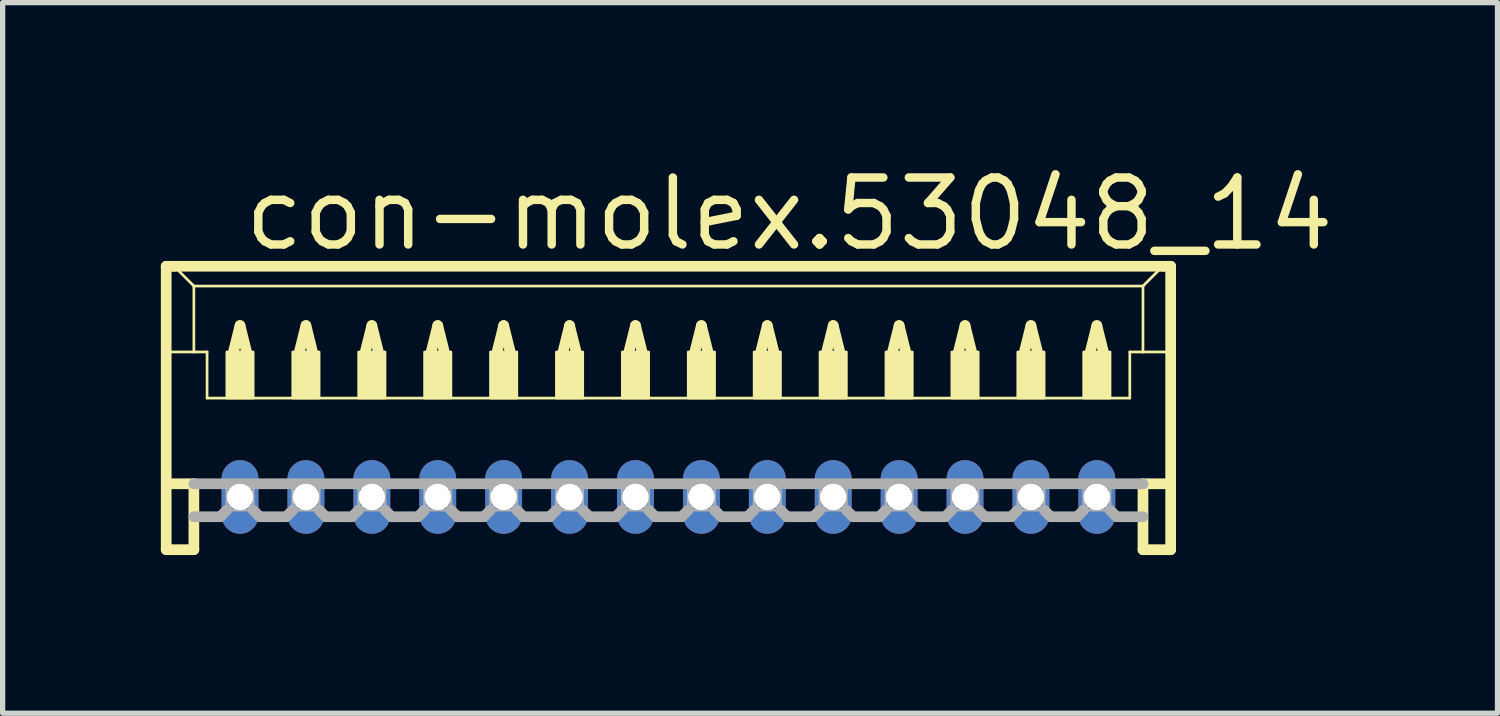
<source format=kicad_pcb>
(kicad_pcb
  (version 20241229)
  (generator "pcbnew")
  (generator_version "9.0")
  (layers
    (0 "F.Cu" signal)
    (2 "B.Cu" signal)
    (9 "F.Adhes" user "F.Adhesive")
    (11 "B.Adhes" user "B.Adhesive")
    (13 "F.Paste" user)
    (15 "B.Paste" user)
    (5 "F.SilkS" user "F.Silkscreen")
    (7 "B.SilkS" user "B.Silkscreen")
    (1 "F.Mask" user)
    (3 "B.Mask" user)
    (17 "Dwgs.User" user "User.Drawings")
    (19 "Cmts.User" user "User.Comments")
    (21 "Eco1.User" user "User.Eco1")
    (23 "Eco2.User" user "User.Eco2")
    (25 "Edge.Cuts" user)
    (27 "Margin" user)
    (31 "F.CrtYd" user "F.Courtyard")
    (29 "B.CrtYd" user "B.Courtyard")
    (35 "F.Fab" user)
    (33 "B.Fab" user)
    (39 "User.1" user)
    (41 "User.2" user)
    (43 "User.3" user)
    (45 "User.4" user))
  (footprint "con-molex.53048_14"
    (layer "F.Cu")
    (at 9.627 5.125)
    (property "Reference" "con-molex.53048_14" (at -8.125 -3.375 0) (layer "F.SilkS") (effects (font (size 1.27 1.27) (thickness 0.16)) (justify left bottom)))
    (attr through_hole)
    (fp_line (start -9.525 -3.125) (end -9.525 2.25) (stroke (width 0.203) (type default)) (layer "F.SilkS"))
    (fp_line (start -9.525 2.25) (end -9 2.25) (stroke (width 0.203) (type default)) (layer "F.SilkS"))
    (fp_line (start -9.5 -1.5) (end -9 -1.5) (stroke (width 0.051) (type default)) (layer "F.SilkS"))
    (fp_line (start -9.5 1) (end -9 1) (stroke (width 0.203) (type default)) (layer "F.SilkS"))
    (fp_line (start -9.375 -3.125) (end -9.525 -3.125) (stroke (width 0.203) (type default)) (layer "F.SilkS"))
    (fp_line (start -9 -2.75) (end -9.375 -3.125) (stroke (width 0.051) (type default)) (layer "F.SilkS"))
    (fp_line (start -9 -2.75) (end 9 -2.75) (stroke (width 0.051) (type default)) (layer "F.SilkS"))
    (fp_line (start -9 -1.5) (end -9 -2.75) (stroke (width 0.051) (type default)) (layer "F.SilkS"))
    (fp_line (start -9 -1.5) (end -8.75 -1.5) (stroke (width 0.051) (type default)) (layer "F.SilkS"))
    (fp_line (start -9 1) (end -9 2.25) (stroke (width 0.203) (type default)) (layer "F.SilkS"))
    (fp_line (start -8.75 -1.5) (end -8.75 -0.625) (stroke (width 0.051) (type default)) (layer "F.SilkS"))
    (fp_line (start -8.75 -0.625) (end 8.75 -0.625) (stroke (width 0.051) (type default)) (layer "F.SilkS"))
    (fp_line (start -8.25 -1.5) (end -8.125 -2) (stroke (width 0.203) (type default)) (layer "F.SilkS"))
    (fp_line (start -8.125 -2) (end -8 -1.5) (stroke (width 0.203) (type default)) (layer "F.SilkS"))
    (fp_line (start -7 -1.5) (end -6.875 -2) (stroke (width 0.203) (type default)) (layer "F.SilkS"))
    (fp_line (start -6.875 -2) (end -6.75 -1.5) (stroke (width 0.203) (type default)) (layer "F.SilkS"))
    (fp_line (start -5.75 -1.5) (end -5.625 -2) (stroke (width 0.203) (type default)) (layer "F.SilkS"))
    (fp_line (start -5.625 -2) (end -5.5 -1.5) (stroke (width 0.203) (type default)) (layer "F.SilkS"))
    (fp_line (start -4.5 -1.5) (end -4.375 -2) (stroke (width 0.203) (type default)) (layer "F.SilkS"))
    (fp_line (start -4.375 -2) (end -4.25 -1.5) (stroke (width 0.203) (type default)) (layer "F.SilkS"))
    (fp_line (start -3.25 -1.5) (end -3.125 -2) (stroke (width 0.203) (type default)) (layer "F.SilkS"))
    (fp_line (start -3.125 -2) (end -3 -1.5) (stroke (width 0.203) (type default)) (layer "F.SilkS"))
    (fp_line (start -2 -1.5) (end -1.875 -2) (stroke (width 0.203) (type default)) (layer "F.SilkS"))
    (fp_line (start -1.875 -2) (end -1.75 -1.5) (stroke (width 0.203) (type default)) (layer "F.SilkS"))
    (fp_line (start -0.75 -1.5) (end -0.625 -2) (stroke (width 0.203) (type default)) (layer "F.SilkS"))
    (fp_line (start -0.625 -2) (end -0.5 -1.5) (stroke (width 0.203) (type default)) (layer "F.SilkS"))
    (fp_line (start 0.5 -1.5) (end 0.625 -2) (stroke (width 0.203) (type default)) (layer "F.SilkS"))
    (fp_line (start 0.625 -2) (end 0.75 -1.5) (stroke (width 0.203) (type default)) (layer "F.SilkS"))
    (fp_line (start 1.75 -1.5) (end 1.875 -2) (stroke (width 0.203) (type default)) (layer "F.SilkS"))
    (fp_line (start 1.875 -2) (end 2 -1.5) (stroke (width 0.203) (type default)) (layer "F.SilkS"))
    (fp_line (start 3 -1.5) (end 3.125 -2) (stroke (width 0.203) (type default)) (layer "F.SilkS"))
    (fp_line (start 3.125 -2) (end 3.25 -1.5) (stroke (width 0.203) (type default)) (layer "F.SilkS"))
    (fp_line (start 4.25 -1.5) (end 4.375 -2) (stroke (width 0.203) (type default)) (layer "F.SilkS"))
    (fp_line (start 4.375 -2) (end 4.5 -1.5) (stroke (width 0.203) (type default)) (layer "F.SilkS"))
    (fp_line (start 5.5 -1.5) (end 5.625 -2) (stroke (width 0.203) (type default)) (layer "F.SilkS"))
    (fp_line (start 5.625 -2) (end 5.75 -1.5) (stroke (width 0.203) (type default)) (layer "F.SilkS"))
    (fp_line (start 6.75 -1.5) (end 6.875 -2) (stroke (width 0.203) (type default)) (layer "F.SilkS"))
    (fp_line (start 6.875 -2) (end 7 -1.5) (stroke (width 0.203) (type default)) (layer "F.SilkS"))
    (fp_line (start 8 -1.5) (end 8.125 -2) (stroke (width 0.203) (type default)) (layer "F.SilkS"))
    (fp_line (start 8.125 -2) (end 8.25 -1.5) (stroke (width 0.203) (type default)) (layer "F.SilkS"))
    (fp_line (start 8.75 -1.5) (end 8.75 -0.625) (stroke (width 0.051) (type default)) (layer "F.SilkS"))
    (fp_line (start 8.75 -1.5) (end 9 -1.5) (stroke (width 0.051) (type default)) (layer "F.SilkS"))
    (fp_line (start 9 -2.75) (end 9 -1.5) (stroke (width 0.051) (type default)) (layer "F.SilkS"))
    (fp_line (start 9 -2.75) (end 9.375 -3.125) (stroke (width 0.051) (type default)) (layer "F.SilkS"))
    (fp_line (start 9 -1.5) (end 9.5 -1.5) (stroke (width 0.051) (type default)) (layer "F.SilkS"))
    (fp_line (start 9 1) (end 9 2.25) (stroke (width 0.203) (type default)) (layer "F.SilkS"))
    (fp_line (start 9 1) (end 9.5 1) (stroke (width 0.203) (type default)) (layer "F.SilkS"))
    (fp_line (start 9 2.25) (end 9.525 2.25) (stroke (width 0.203) (type default)) (layer "F.SilkS"))
    (fp_line (start 9.375 -3.125) (end -9.375 -3.125) (stroke (width 0.203) (type default)) (layer "F.SilkS"))
    (fp_line (start 9.525 -3.125) (end 9.375 -3.125) (stroke (width 0.203) (type default)) (layer "F.SilkS"))
    (fp_line (start 9.525 2.25) (end 9.525 -3.125) (stroke (width 0.203) (type default)) (layer "F.SilkS"))
    (fp_rect (start -8.375 -0.625) (end -7.875 -1.5) (stroke (width 0.05) (type default)) (fill yes) (layer "F.SilkS"))
    (fp_rect (start -7.125 -0.625) (end -6.625 -1.5) (stroke (width 0.05) (type default)) (fill yes) (layer "F.SilkS"))
    (fp_rect (start -5.875 -0.625) (end -5.375 -1.5) (stroke (width 0.05) (type default)) (fill yes) (layer "F.SilkS"))
    (fp_rect (start -4.625 -0.625) (end -4.125 -1.5) (stroke (width 0.05) (type default)) (fill yes) (layer "F.SilkS"))
    (fp_rect (start -3.375 -0.625) (end -2.875 -1.5) (stroke (width 0.05) (type default)) (fill yes) (layer "F.SilkS"))
    (fp_rect (start -2.125 -0.625) (end -1.625 -1.5) (stroke (width 0.05) (type default)) (fill yes) (layer "F.SilkS"))
    (fp_rect (start -0.875 -0.625) (end -0.375 -1.5) (stroke (width 0.05) (type default)) (fill yes) (layer "F.SilkS"))
    (fp_rect (start 0.375 -0.625) (end 0.875 -1.5) (stroke (width 0.05) (type default)) (fill yes) (layer "F.SilkS"))
    (fp_rect (start 1.625 -0.625) (end 2.125 -1.5) (stroke (width 0.05) (type default)) (fill yes) (layer "F.SilkS"))
    (fp_rect (start 2.875 -0.625) (end 3.375 -1.5) (stroke (width 0.05) (type default)) (fill yes) (layer "F.SilkS"))
    (fp_rect (start 4.125 -0.625) (end 4.625 -1.5) (stroke (width 0.05) (type default)) (fill yes) (layer "F.SilkS"))
    (fp_rect (start 5.375 -0.625) (end 5.875 -1.5) (stroke (width 0.05) (type default)) (fill yes) (layer "F.SilkS"))
    (fp_rect (start 6.625 -0.625) (end 7.125 -1.5) (stroke (width 0.05) (type default)) (fill yes) (layer "F.SilkS"))
    (fp_rect (start 7.875 -0.625) (end 8.375 -1.5) (stroke (width 0.05) (type default)) (fill yes) (layer "F.SilkS"))
    (fp_line (start -9 1) (end 9 1) (stroke (width 0.203) (type default)) (layer "F.Fab"))
    (fp_line (start -8.5 1.625) (end -9 1.625) (stroke (width 0.203) (type default)) (layer "F.Fab"))
    (fp_line (start -8.375 1.5) (end -8.5 1.625) (stroke (width 0.203) (type default)) (layer "F.Fab"))
    (fp_line (start -7.875 1.5) (end -7.75 1.625) (stroke (width 0.203) (type default)) (layer "F.Fab"))
    (fp_line (start -7.25 1.625) (end -7.75 1.625) (stroke (width 0.203) (type default)) (layer "F.Fab"))
    (fp_line (start -7.125 1.5) (end -7.25 1.625) (stroke (width 0.203) (type default)) (layer "F.Fab"))
    (fp_line (start -6.625 1.5) (end -6.5 1.625) (stroke (width 0.203) (type default)) (layer "F.Fab"))
    (fp_line (start -6 1.625) (end -6.5 1.625) (stroke (width 0.203) (type default)) (layer "F.Fab"))
    (fp_line (start -5.875 1.5) (end -6 1.625) (stroke (width 0.203) (type default)) (layer "F.Fab"))
    (fp_line (start -5.375 1.5) (end -5.25 1.625) (stroke (width 0.203) (type default)) (layer "F.Fab"))
    (fp_line (start -4.75 1.625) (end -5.25 1.625) (stroke (width 0.203) (type default)) (layer "F.Fab"))
    (fp_line (start -4.625 1.5) (end -4.75 1.625) (stroke (width 0.203) (type default)) (layer "F.Fab"))
    (fp_line (start -4.125 1.5) (end -4 1.625) (stroke (width 0.203) (type default)) (layer "F.Fab"))
    (fp_line (start -3.5 1.625) (end -4 1.625) (stroke (width 0.203) (type default)) (layer "F.Fab"))
    (fp_line (start -3.375 1.5) (end -3.5 1.625) (stroke (width 0.203) (type default)) (layer "F.Fab"))
    (fp_line (start -2.875 1.5) (end -2.75 1.625) (stroke (width 0.203) (type default)) (layer "F.Fab"))
    (fp_line (start -2.25 1.625) (end -2.75 1.625) (stroke (width 0.203) (type default)) (layer "F.Fab"))
    (fp_line (start -2.125 1.5) (end -2.25 1.625) (stroke (width 0.203) (type default)) (layer "F.Fab"))
    (fp_line (start -1.625 1.5) (end -1.5 1.625) (stroke (width 0.203) (type default)) (layer "F.Fab"))
    (fp_line (start -1 1.625) (end -1.5 1.625) (stroke (width 0.203) (type default)) (layer "F.Fab"))
    (fp_line (start -0.875 1.5) (end -1 1.625) (stroke (width 0.203) (type default)) (layer "F.Fab"))
    (fp_line (start -0.375 1.5) (end -0.25 1.625) (stroke (width 0.203) (type default)) (layer "F.Fab"))
    (fp_line (start 0.25 1.625) (end -0.25 1.625) (stroke (width 0.203) (type default)) (layer "F.Fab"))
    (fp_line (start 0.375 1.5) (end 0.25 1.625) (stroke (width 0.203) (type default)) (layer "F.Fab"))
    (fp_line (start 0.875 1.5) (end 1 1.625) (stroke (width 0.203) (type default)) (layer "F.Fab"))
    (fp_line (start 1.5 1.625) (end 1 1.625) (stroke (width 0.203) (type default)) (layer "F.Fab"))
    (fp_line (start 1.625 1.5) (end 1.5 1.625) (stroke (width 0.203) (type default)) (layer "F.Fab"))
    (fp_line (start 2.125 1.5) (end 2.25 1.625) (stroke (width 0.203) (type default)) (layer "F.Fab"))
    (fp_line (start 2.75 1.625) (end 2.25 1.625) (stroke (width 0.203) (type default)) (layer "F.Fab"))
    (fp_line (start 2.875 1.5) (end 2.75 1.625) (stroke (width 0.203) (type default)) (layer "F.Fab"))
    (fp_line (start 3.375 1.5) (end 3.5 1.625) (stroke (width 0.203) (type default)) (layer "F.Fab"))
    (fp_line (start 4 1.625) (end 3.5 1.625) (stroke (width 0.203) (type default)) (layer "F.Fab"))
    (fp_line (start 4.125 1.5) (end 4 1.625) (stroke (width 0.203) (type default)) (layer "F.Fab"))
    (fp_line (start 4.625 1.5) (end 4.75 1.625) (stroke (width 0.203) (type default)) (layer "F.Fab"))
    (fp_line (start 5.25 1.625) (end 4.75 1.625) (stroke (width 0.203) (type default)) (layer "F.Fab"))
    (fp_line (start 5.375 1.5) (end 5.25 1.625) (stroke (width 0.203) (type default)) (layer "F.Fab"))
    (fp_line (start 5.875 1.5) (end 6 1.625) (stroke (width 0.203) (type default)) (layer "F.Fab"))
    (fp_line (start 6.5 1.625) (end 6 1.625) (stroke (width 0.203) (type default)) (layer "F.Fab"))
    (fp_line (start 6.625 1.5) (end 6.5 1.625) (stroke (width 0.203) (type default)) (layer "F.Fab"))
    (fp_line (start 7.125 1.5) (end 7.25 1.625) (stroke (width 0.203) (type default)) (layer "F.Fab"))
    (fp_line (start 7.75 1.625) (end 7.25 1.625) (stroke (width 0.203) (type default)) (layer "F.Fab"))
    (fp_line (start 7.875 1.5) (end 7.75 1.625) (stroke (width 0.203) (type default)) (layer "F.Fab"))
    (fp_line (start 8.375 1.5) (end 8.5 1.625) (stroke (width 0.203) (type default)) (layer "F.Fab"))
    (fp_line (start 9 1.625) (end 8.5 1.625) (stroke (width 0.203) (type default)) (layer "F.Fab"))
    (fp_rect (start -8.375 1.5) (end -7.875 1) (stroke (width 0.05) (type default)) (fill no) (layer "F.Fab"))
    (fp_rect (start -7.125 1.5) (end -6.625 1) (stroke (width 0.05) (type default)) (fill no) (layer "F.Fab"))
    (fp_rect (start -5.875 1.5) (end -5.375 1) (stroke (width 0.05) (type default)) (fill no) (layer "F.Fab"))
    (fp_rect (start -4.625 1.5) (end -4.125 1) (stroke (width 0.05) (type default)) (fill no) (layer "F.Fab"))
    (fp_rect (start -3.375 1.5) (end -2.875 1) (stroke (width 0.05) (type default)) (fill no) (layer "F.Fab"))
    (fp_rect (start -2.125 1.5) (end -1.625 1) (stroke (width 0.05) (type default)) (fill no) (layer "F.Fab"))
    (fp_rect (start -0.875 1.5) (end -0.375 1) (stroke (width 0.05) (type default)) (fill no) (layer "F.Fab"))
    (fp_rect (start 0.375 1.5) (end 0.875 1) (stroke (width 0.05) (type default)) (fill no) (layer "F.Fab"))
    (fp_rect (start 1.625 1.5) (end 2.125 1) (stroke (width 0.05) (type default)) (fill no) (layer "F.Fab"))
    (fp_rect (start 2.875 1.5) (end 3.375 1) (stroke (width 0.05) (type default)) (fill no) (layer "F.Fab"))
    (fp_rect (start 4.125 1.5) (end 4.625 1) (stroke (width 0.05) (type default)) (fill no) (layer "F.Fab"))
    (fp_rect (start 5.375 1.5) (end 5.875 1) (stroke (width 0.05) (type default)) (fill no) (layer "F.Fab"))
    (fp_rect (start 6.625 1.5) (end 7.125 1) (stroke (width 0.05) (type default)) (fill no) (layer "F.Fab"))
    (fp_rect (start 7.875 1.5) (end 8.375 1) (stroke (width 0.05) (type default)) (fill no) (layer "F.Fab"))
    (pad "1" thru_hole oval (at 8.125 1.25 90) (size 1.397 0.698) (drill 0.5) (layers "*.Cu" "*.Mask"))
    (pad "2" thru_hole oval (at 6.875 1.25 90) (size 1.397 0.698) (drill 0.5) (layers "*.Cu" "*.Mask"))
    (pad "3" thru_hole oval (at 5.625 1.25 90) (size 1.397 0.698) (drill 0.5) (layers "*.Cu" "*.Mask"))
    (pad "4" thru_hole oval (at 4.375 1.25 90) (size 1.397 0.698) (drill 0.5) (layers "*.Cu" "*.Mask"))
    (pad "5" thru_hole oval (at 3.125 1.25 90) (size 1.397 0.698) (drill 0.5) (layers "*.Cu" "*.Mask"))
    (pad "6" thru_hole oval (at 1.875 1.25 90) (size 1.397 0.698) (drill 0.5) (layers "*.Cu" "*.Mask"))
    (pad "7" thru_hole oval (at 0.625 1.25 90) (size 1.397 0.698) (drill 0.5) (layers "*.Cu" "*.Mask"))
    (pad "8" thru_hole oval (at -0.625 1.25 90) (size 1.397 0.698) (drill 0.5) (layers "*.Cu" "*.Mask"))
    (pad "9" thru_hole oval (at -1.875 1.25 90) (size 1.397 0.698) (drill 0.5) (layers "*.Cu" "*.Mask"))
    (pad "10" thru_hole oval (at -3.125 1.25 90) (size 1.397 0.698) (drill 0.5) (layers "*.Cu" "*.Mask"))
    (pad "11" thru_hole oval (at -4.375 1.25 90) (size 1.397 0.698) (drill 0.5) (layers "*.Cu" "*.Mask"))
    (pad "12" thru_hole oval (at -5.625 1.25 90) (size 1.397 0.698) (drill 0.5) (layers "*.Cu" "*.Mask"))
    (pad "13" thru_hole oval (at -6.875 1.25 90) (size 1.397 0.698) (drill 0.5) (layers "*.Cu" "*.Mask"))
    (pad "14" thru_hole oval (at -8.125 1.25 90) (size 1.397 0.698) (drill 0.5) (layers "*.Cu" "*.Mask")))
  (gr_rect
    (start -3 -3)
    (end 25.35 10.477)
    (stroke (width 0.1) (type default))
    (fill no)
    (layer "Edge.Cuts")))
</source>
